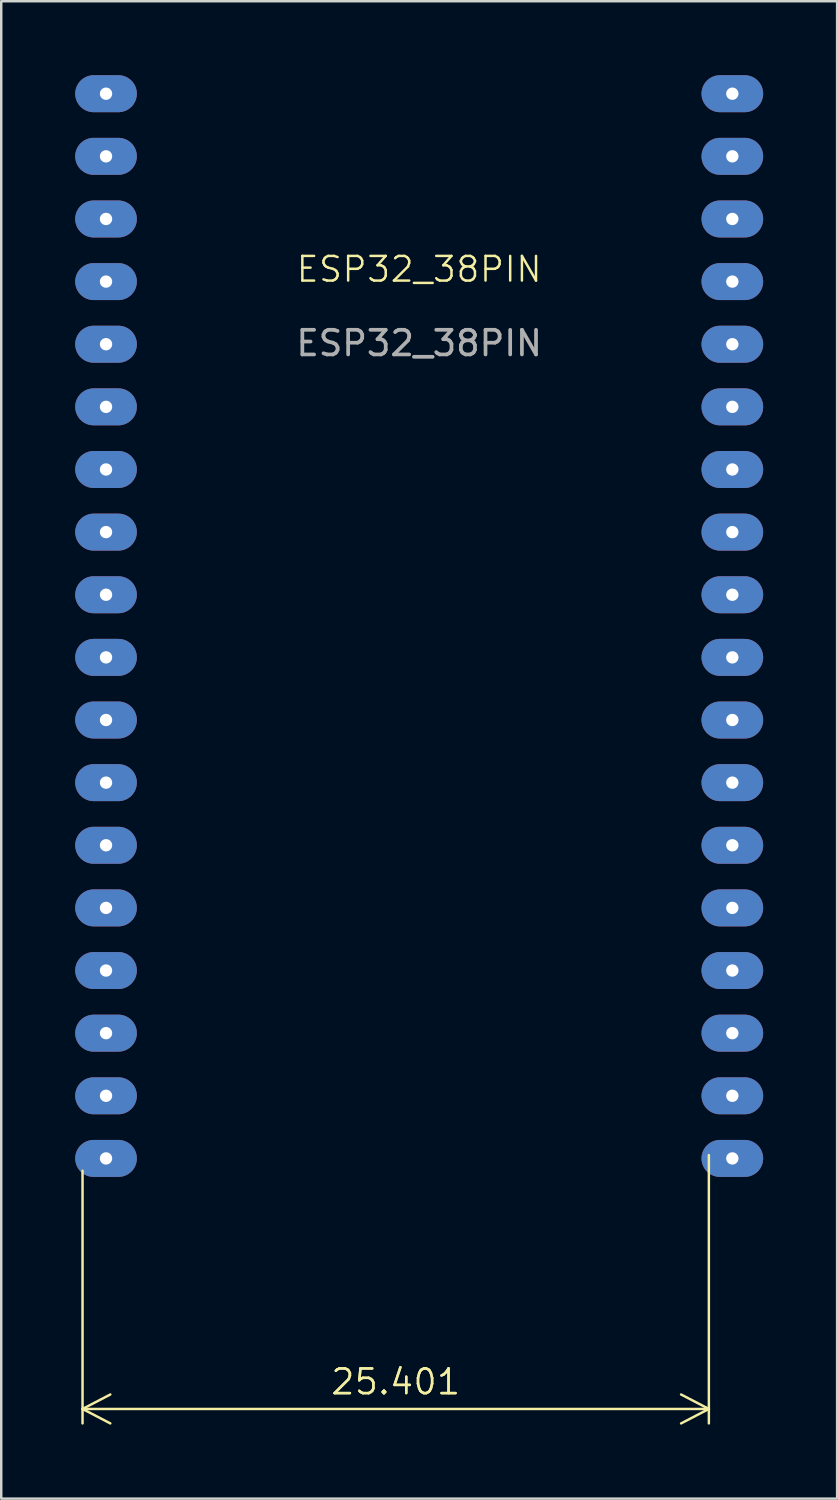
<source format=kicad_pcb>
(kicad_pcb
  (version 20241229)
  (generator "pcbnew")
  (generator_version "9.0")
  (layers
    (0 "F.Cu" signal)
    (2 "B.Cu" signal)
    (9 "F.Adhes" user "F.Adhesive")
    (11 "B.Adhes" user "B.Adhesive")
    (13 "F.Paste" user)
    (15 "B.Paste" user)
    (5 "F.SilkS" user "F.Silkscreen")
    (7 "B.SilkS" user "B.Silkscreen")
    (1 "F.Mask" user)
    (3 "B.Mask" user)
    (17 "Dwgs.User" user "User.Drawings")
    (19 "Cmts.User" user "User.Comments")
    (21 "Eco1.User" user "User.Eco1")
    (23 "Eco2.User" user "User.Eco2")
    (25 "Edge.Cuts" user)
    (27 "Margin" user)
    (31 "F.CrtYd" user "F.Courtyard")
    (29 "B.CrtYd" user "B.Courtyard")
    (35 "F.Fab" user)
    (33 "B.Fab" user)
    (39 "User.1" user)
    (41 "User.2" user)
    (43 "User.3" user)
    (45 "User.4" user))
  (footprint "ESP32_38PIN"
    (layer "F.Cu")
    (at 13.95 8.37)
    (property "Reference" "ESP32_38PIN" (at 0 -0.5 0) (unlocked yes) (layer "F.SilkS") (effects (font (size 1 1) (thickness 0.1))))
    (attr smd)
    (fp_text user "${REFERENCE}" (at 0 2.5 0) (unlocked yes) (layer "F.Fab") (effects (font (size 1 1) (thickness 0.15))))
    (dimension (type orthogonal) (layer "F.SilkS") (pts (xy 0.297 43.93) (xy 25.698 43.295)) (height 10.16) (orientation 0) (format (prefix "") (suffix "") (units 3) (units_format 0) (precision 4) (suppress_zeroes yes)) (style (thickness 0.1) (arrow_length 1.27) (text_position_mode 0) (arrow_direction outward) (extension_height 0.586) (extension_offset 0.5) (keep_text_aligned yes)) (gr_text "25.4" (at 12.998 52.99 0) (layer "F.SilkS") (effects (font (size 1 1) (thickness 0.1)))))
    (pad "1" thru_hole oval (at -12.7 -7.62) (size 2.5 1.5) (drill 0.5) (layers "*.Cu" "*.Mask"))
    (pad "1" thru_hole oval (at 12.7 -7.62) (size 2.5 1.5) (drill 0.5) (layers "*.Cu" "*.Mask"))
    (pad "2" thru_hole oval (at -12.7 -5.08) (size 2.5 1.5) (drill 0.5) (layers "*.Cu" "*.Mask"))
    (pad "2" thru_hole oval (at 12.7 -5.08) (size 2.5 1.5) (drill 0.5) (layers "*.Cu" "*.Mask"))
    (pad "3" thru_hole oval (at -12.7 -2.54) (size 2.5 1.5) (drill 0.5) (layers "*.Cu" "*.Mask"))
    (pad "3" thru_hole oval (at 12.7 -2.54) (size 2.5 1.5) (drill 0.5) (layers "*.Cu" "*.Mask"))
    (pad "4" thru_hole oval (at -12.7 0) (size 2.5 1.5) (drill 0.5) (layers "*.Cu" "*.Mask"))
    (pad "4" thru_hole oval (at 12.7 0) (size 2.5 1.5) (drill 0.5) (layers "*.Cu" "*.Mask"))
    (pad "5" thru_hole oval (at -12.7 2.54) (size 2.5 1.5) (drill 0.5) (layers "*.Cu" "*.Mask"))
    (pad "5" thru_hole oval (at 12.7 2.54) (size 2.5 1.5) (drill 0.5) (layers "*.Cu" "*.Mask"))
    (pad "6" thru_hole oval (at -12.7 5.08) (size 2.5 1.5) (drill 0.5) (layers "*.Cu" "*.Mask"))
    (pad "6" thru_hole oval (at 12.7 5.08) (size 2.5 1.5) (drill 0.5) (layers "*.Cu" "*.Mask"))
    (pad "7" thru_hole oval (at -12.7 7.62) (size 2.5 1.5) (drill 0.5) (layers "*.Cu" "*.Mask"))
    (pad "7" thru_hole oval (at 12.7 7.62) (size 2.5 1.5) (drill 0.5) (layers "*.Cu" "*.Mask"))
    (pad "9" thru_hole oval (at -12.7 10.16) (size 2.5 1.5) (drill 0.5) (layers "*.Cu" "*.Mask"))
    (pad "9" thru_hole oval (at 12.7 10.16) (size 2.5 1.5) (drill 0.5) (layers "*.Cu" "*.Mask"))
    (pad "10" thru_hole oval (at -12.7 12.7) (size 2.5 1.5) (drill 0.5) (layers "*.Cu" "*.Mask"))
    (pad "10" thru_hole oval (at 12.7 12.7) (size 2.5 1.5) (drill 0.5) (layers "*.Cu" "*.Mask"))
    (pad "11" thru_hole oval (at -12.7 15.24) (size 2.5 1.5) (drill 0.5) (layers "*.Cu" "*.Mask"))
    (pad "11" thru_hole oval (at 12.7 15.24) (size 2.5 1.5) (drill 0.5) (layers "*.Cu" "*.Mask"))
    (pad "12" thru_hole oval (at -12.7 17.78) (size 2.5 1.5) (drill 0.5) (layers "*.Cu" "*.Mask"))
    (pad "12" thru_hole oval (at 12.7 17.78) (size 2.5 1.5) (drill 0.5) (layers "*.Cu" "*.Mask"))
    (pad "13" thru_hole oval (at -12.7 20.32) (size 2.5 1.5) (drill 0.5) (layers "*.Cu" "*.Mask"))
    (pad "13" thru_hole oval (at 12.7 20.32) (size 2.5 1.5) (drill 0.5) (layers "*.Cu" "*.Mask"))
    (pad "14" thru_hole oval (at -12.7 22.86) (size 2.5 1.5) (drill 0.5) (layers "*.Cu" "*.Mask"))
    (pad "14" thru_hole oval (at 12.7 22.86) (size 2.5 1.5) (drill 0.5) (layers "*.Cu" "*.Mask"))
    (pad "15" thru_hole oval (at -12.7 25.4) (size 2.5 1.5) (drill 0.5) (layers "*.Cu" "*.Mask"))
    (pad "15" thru_hole oval (at 12.7 25.4) (size 2.5 1.5) (drill 0.5) (layers "*.Cu" "*.Mask"))
    (pad "16" thru_hole oval (at -12.7 27.94) (size 2.5 1.5) (drill 0.5) (layers "*.Cu" "*.Mask"))
    (pad "16" thru_hole oval (at 12.7 27.94) (size 2.5 1.5) (drill 0.5) (layers "*.Cu" "*.Mask"))
    (pad "17" thru_hole oval (at -12.7 30.48) (size 2.5 1.5) (drill 0.5) (layers "*.Cu" "*.Mask"))
    (pad "17" thru_hole oval (at 12.7 30.48) (size 2.5 1.5) (drill 0.5) (layers "*.Cu" "*.Mask"))
    (pad "18" thru_hole oval (at -12.7 33.02) (size 2.5 1.5) (drill 0.5) (layers "*.Cu" "*.Mask"))
    (pad "18" thru_hole oval (at 12.7 33.02) (size 2.5 1.5) (drill 0.5) (layers "*.Cu" "*.Mask"))
    (pad "19" thru_hole oval (at -12.7 35.56) (size 2.5 1.5) (drill 0.5) (layers "*.Cu" "*.Mask"))
    (pad "19" thru_hole oval (at 12.7 35.56) (size 2.5 1.5) (drill 0.5) (layers "*.Cu" "*.Mask")))
  (gr_rect
    (start -3 -3)
    (end 30.9 57.726)
    (stroke (width 0.1) (type default))
    (fill no)
    (layer "Edge.Cuts")))
</source>
